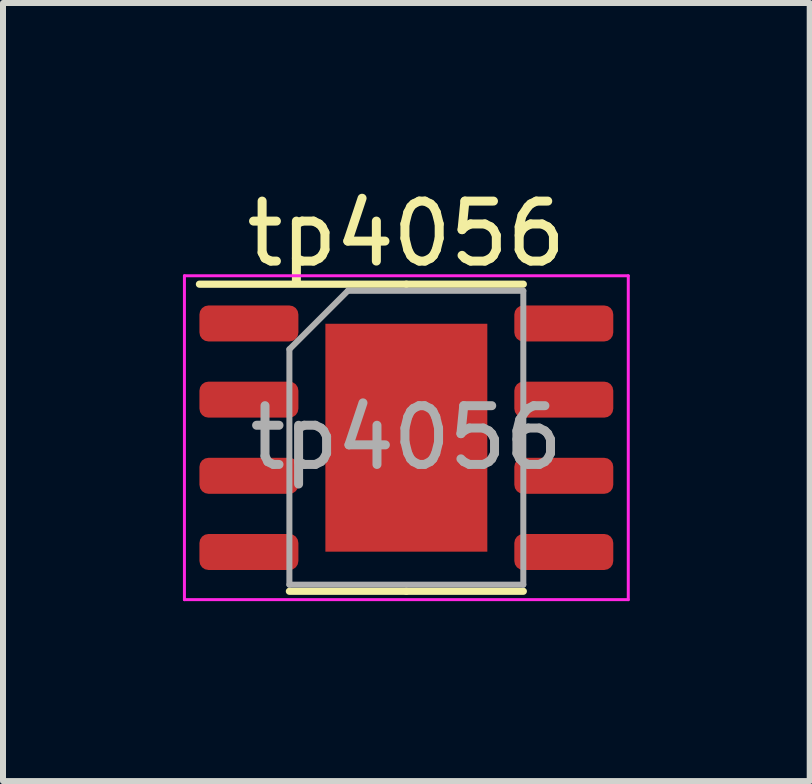
<source format=kicad_pcb>
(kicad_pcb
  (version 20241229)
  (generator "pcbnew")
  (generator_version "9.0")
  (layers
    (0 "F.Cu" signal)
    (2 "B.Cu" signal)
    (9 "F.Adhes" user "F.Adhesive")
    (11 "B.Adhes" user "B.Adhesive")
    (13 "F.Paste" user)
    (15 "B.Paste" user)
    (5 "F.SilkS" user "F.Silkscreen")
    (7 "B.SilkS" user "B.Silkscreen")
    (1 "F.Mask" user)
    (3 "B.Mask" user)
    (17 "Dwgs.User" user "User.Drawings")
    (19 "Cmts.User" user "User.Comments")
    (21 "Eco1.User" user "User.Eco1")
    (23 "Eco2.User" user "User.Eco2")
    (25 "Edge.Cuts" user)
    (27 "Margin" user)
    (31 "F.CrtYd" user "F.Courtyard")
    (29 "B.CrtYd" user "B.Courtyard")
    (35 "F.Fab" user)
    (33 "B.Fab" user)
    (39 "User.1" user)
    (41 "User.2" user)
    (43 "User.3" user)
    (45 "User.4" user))
  (footprint "tp4056"
    (layer "F.Cu")
    (at 3.725 4.248)
    (property "Reference" "tp4056" (at 0 -3.4 0) (layer "F.SilkS") (effects (font (size 1 1) (thickness 0.15))))
    (attr smd)
    (fp_line (start 0 -2.56) (end -3.45 -2.56) (stroke (width 0.12) (type solid)) (layer "F.SilkS"))
    (fp_line (start 0 -2.56) (end 1.95 -2.56) (stroke (width 0.12) (type solid)) (layer "F.SilkS"))
    (fp_line (start 0 2.56) (end -1.95 2.56) (stroke (width 0.12) (type solid)) (layer "F.SilkS"))
    (fp_line (start 0 2.56) (end 1.95 2.56) (stroke (width 0.12) (type solid)) (layer "F.SilkS"))
    (fp_line (start -3.7 -2.7) (end -3.7 2.7) (stroke (width 0.05) (type solid)) (layer "F.CrtYd"))
    (fp_line (start -3.7 2.7) (end 3.7 2.7) (stroke (width 0.05) (type solid)) (layer "F.CrtYd"))
    (fp_line (start 3.7 -2.7) (end -3.7 -2.7) (stroke (width 0.05) (type solid)) (layer "F.CrtYd"))
    (fp_line (start 3.7 2.7) (end 3.7 -2.7) (stroke (width 0.05) (type solid)) (layer "F.CrtYd"))
    (fp_line (start -1.95 -1.475) (end -0.975 -2.45) (stroke (width 0.1) (type solid)) (layer "F.Fab"))
    (fp_line (start -1.95 2.45) (end -1.95 -1.475) (stroke (width 0.1) (type solid)) (layer "F.Fab"))
    (fp_line (start -0.975 -2.45) (end 1.95 -2.45) (stroke (width 0.1) (type solid)) (layer "F.Fab"))
    (fp_line (start 1.95 -2.45) (end 1.95 2.45) (stroke (width 0.1) (type solid)) (layer "F.Fab"))
    (fp_line (start 1.95 2.45) (end -1.95 2.45) (stroke (width 0.1) (type solid)) (layer "F.Fab"))
    (fp_text user "${REFERENCE}" (at 0 0 0) (layer "F.Fab") (effects (font (size 0.98 0.98) (thickness 0.15))))
    (pad "1" smd roundrect (at -2.625 -1.905) (size 1.65 0.6) (layers "F.Cu" "F.Mask" "F.Paste") (roundrect_rratio 0.25))
    (pad "2" smd roundrect (at -2.625 -0.635) (size 1.65 0.6) (layers "F.Cu" "F.Mask" "F.Paste") (roundrect_rratio 0.25))
    (pad "3" smd roundrect (at -2.625 0.635) (size 1.65 0.6) (layers "F.Cu" "F.Mask" "F.Paste") (roundrect_rratio 0.25))
    (pad "4" smd roundrect (at -2.625 1.905) (size 1.65 0.6) (layers "F.Cu" "F.Mask" "F.Paste") (roundrect_rratio 0.25))
    (pad "5" smd roundrect (at 2.625 1.905) (size 1.65 0.6) (layers "F.Cu" "F.Mask" "F.Paste") (roundrect_rratio 0.25))
    (pad "6" smd roundrect (at 2.625 0.635) (size 1.65 0.6) (layers "F.Cu" "F.Mask" "F.Paste") (roundrect_rratio 0.25))
    (pad "7" smd roundrect (at 2.625 -0.635) (size 1.65 0.6) (layers "F.Cu" "F.Mask" "F.Paste") (roundrect_rratio 0.25))
    (pad "8" smd roundrect (at 2.625 -1.905) (size 1.65 0.6) (layers "F.Cu" "F.Mask" "F.Paste") (roundrect_rratio 0.25))
    (pad "9" smd rect (at 0 0 270) (size 3.8 2.7) (layers "F.Cu" "F.Mask" "F.Paste")))
  (gr_rect
    (start -3 -3)
    (end 10.45 9.973)
    (stroke (width 0.1) (type default))
    (fill no)
    (layer "Edge.Cuts")))
</source>
